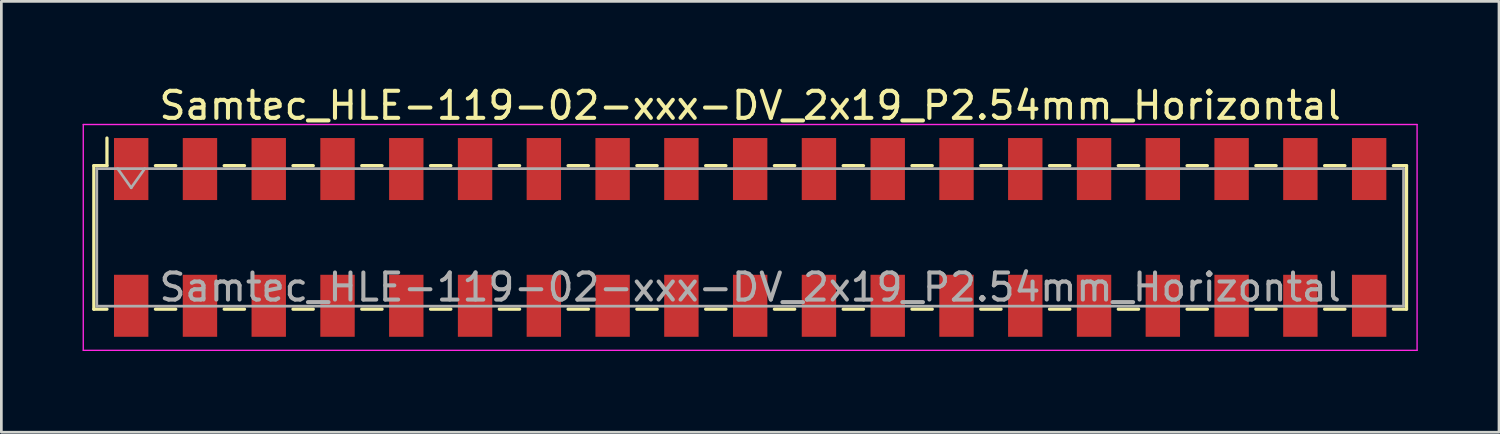
<source format=kicad_pcb>
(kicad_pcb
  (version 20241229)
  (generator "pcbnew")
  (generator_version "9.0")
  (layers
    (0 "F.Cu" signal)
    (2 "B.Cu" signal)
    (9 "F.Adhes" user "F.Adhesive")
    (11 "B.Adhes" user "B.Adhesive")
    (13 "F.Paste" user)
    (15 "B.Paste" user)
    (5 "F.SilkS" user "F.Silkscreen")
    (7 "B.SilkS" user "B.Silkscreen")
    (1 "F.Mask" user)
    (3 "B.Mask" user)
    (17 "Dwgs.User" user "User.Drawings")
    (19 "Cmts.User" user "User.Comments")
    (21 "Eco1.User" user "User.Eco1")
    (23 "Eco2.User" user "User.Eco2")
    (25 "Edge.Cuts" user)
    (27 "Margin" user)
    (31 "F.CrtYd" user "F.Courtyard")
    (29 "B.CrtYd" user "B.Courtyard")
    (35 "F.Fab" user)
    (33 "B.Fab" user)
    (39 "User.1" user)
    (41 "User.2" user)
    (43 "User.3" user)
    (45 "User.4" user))
  (footprint "Samtec_HLE-119-02-xxx-DV_2x19_P2.54mm_Horizontal"
    (layer "F.Cu")
    (at 24.655 5.718)
    (property "Reference" "Samtec_HLE-119-02-xxx-DV_2x19_P2.54mm_Horizontal" (at 0 -4.87 0) (layer "F.SilkS") (effects (font (size 1 1) (thickness 0.15))))
    (attr smd)
    (fp_line (start -24.24 -2.65) (end -24.24 2.65) (stroke (width 0.12) (type solid)) (layer "F.SilkS"))
    (fp_line (start -24.24 2.65) (end -23.755 2.65) (stroke (width 0.12) (type solid)) (layer "F.SilkS"))
    (fp_line (start -23.755 -3.67) (end -23.755 -2.65) (stroke (width 0.12) (type solid)) (layer "F.SilkS"))
    (fp_line (start -23.755 -2.65) (end -24.24 -2.65) (stroke (width 0.12) (type solid)) (layer "F.SilkS"))
    (fp_line (start -21.965 -2.65) (end -21.215 -2.65) (stroke (width 0.12) (type solid)) (layer "F.SilkS"))
    (fp_line (start -21.965 2.65) (end -21.215 2.65) (stroke (width 0.12) (type solid)) (layer "F.SilkS"))
    (fp_line (start -19.425 -2.65) (end -18.675 -2.65) (stroke (width 0.12) (type solid)) (layer "F.SilkS"))
    (fp_line (start -19.425 2.65) (end -18.675 2.65) (stroke (width 0.12) (type solid)) (layer "F.SilkS"))
    (fp_line (start -16.885 -2.65) (end -16.135 -2.65) (stroke (width 0.12) (type solid)) (layer "F.SilkS"))
    (fp_line (start -16.885 2.65) (end -16.135 2.65) (stroke (width 0.12) (type solid)) (layer "F.SilkS"))
    (fp_line (start -14.345 -2.65) (end -13.595 -2.65) (stroke (width 0.12) (type solid)) (layer "F.SilkS"))
    (fp_line (start -14.345 2.65) (end -13.595 2.65) (stroke (width 0.12) (type solid)) (layer "F.SilkS"))
    (fp_line (start -11.805 -2.65) (end -11.055 -2.65) (stroke (width 0.12) (type solid)) (layer "F.SilkS"))
    (fp_line (start -11.805 2.65) (end -11.055 2.65) (stroke (width 0.12) (type solid)) (layer "F.SilkS"))
    (fp_line (start -9.265 -2.65) (end -8.515 -2.65) (stroke (width 0.12) (type solid)) (layer "F.SilkS"))
    (fp_line (start -9.265 2.65) (end -8.515 2.65) (stroke (width 0.12) (type solid)) (layer "F.SilkS"))
    (fp_line (start -6.725 -2.65) (end -5.975 -2.65) (stroke (width 0.12) (type solid)) (layer "F.SilkS"))
    (fp_line (start -6.725 2.65) (end -5.975 2.65) (stroke (width 0.12) (type solid)) (layer "F.SilkS"))
    (fp_line (start -4.185 -2.65) (end -3.435 -2.65) (stroke (width 0.12) (type solid)) (layer "F.SilkS"))
    (fp_line (start -4.185 2.65) (end -3.435 2.65) (stroke (width 0.12) (type solid)) (layer "F.SilkS"))
    (fp_line (start -1.645 -2.65) (end -0.895 -2.65) (stroke (width 0.12) (type solid)) (layer "F.SilkS"))
    (fp_line (start -1.645 2.65) (end -0.895 2.65) (stroke (width 0.12) (type solid)) (layer "F.SilkS"))
    (fp_line (start 0.895 -2.65) (end 1.645 -2.65) (stroke (width 0.12) (type solid)) (layer "F.SilkS"))
    (fp_line (start 0.895 2.65) (end 1.645 2.65) (stroke (width 0.12) (type solid)) (layer "F.SilkS"))
    (fp_line (start 3.435 -2.65) (end 4.185 -2.65) (stroke (width 0.12) (type solid)) (layer "F.SilkS"))
    (fp_line (start 3.435 2.65) (end 4.185 2.65) (stroke (width 0.12) (type solid)) (layer "F.SilkS"))
    (fp_line (start 5.975 -2.65) (end 6.725 -2.65) (stroke (width 0.12) (type solid)) (layer "F.SilkS"))
    (fp_line (start 5.975 2.65) (end 6.725 2.65) (stroke (width 0.12) (type solid)) (layer "F.SilkS"))
    (fp_line (start 8.515 -2.65) (end 9.265 -2.65) (stroke (width 0.12) (type solid)) (layer "F.SilkS"))
    (fp_line (start 8.515 2.65) (end 9.265 2.65) (stroke (width 0.12) (type solid)) (layer "F.SilkS"))
    (fp_line (start 11.055 -2.65) (end 11.805 -2.65) (stroke (width 0.12) (type solid)) (layer "F.SilkS"))
    (fp_line (start 11.055 2.65) (end 11.805 2.65) (stroke (width 0.12) (type solid)) (layer "F.SilkS"))
    (fp_line (start 13.595 -2.65) (end 14.345 -2.65) (stroke (width 0.12) (type solid)) (layer "F.SilkS"))
    (fp_line (start 13.595 2.65) (end 14.345 2.65) (stroke (width 0.12) (type solid)) (layer "F.SilkS"))
    (fp_line (start 16.135 -2.65) (end 16.885 -2.65) (stroke (width 0.12) (type solid)) (layer "F.SilkS"))
    (fp_line (start 16.135 2.65) (end 16.885 2.65) (stroke (width 0.12) (type solid)) (layer "F.SilkS"))
    (fp_line (start 18.675 -2.65) (end 19.425 -2.65) (stroke (width 0.12) (type solid)) (layer "F.SilkS"))
    (fp_line (start 18.675 2.65) (end 19.425 2.65) (stroke (width 0.12) (type solid)) (layer "F.SilkS"))
    (fp_line (start 21.215 -2.65) (end 21.965 -2.65) (stroke (width 0.12) (type solid)) (layer "F.SilkS"))
    (fp_line (start 21.215 2.65) (end 21.965 2.65) (stroke (width 0.12) (type solid)) (layer "F.SilkS"))
    (fp_line (start 23.755 -2.65) (end 24.24 -2.65) (stroke (width 0.12) (type solid)) (layer "F.SilkS"))
    (fp_line (start 24.24 -2.65) (end 24.24 2.65) (stroke (width 0.12) (type solid)) (layer "F.SilkS"))
    (fp_line (start 24.24 2.65) (end 23.755 2.65) (stroke (width 0.12) (type solid)) (layer "F.SilkS"))
    (fp_line (start -24.63 -4.17) (end 24.63 -4.17) (stroke (width 0.05) (type solid)) (layer "F.CrtYd"))
    (fp_line (start -24.63 4.17) (end -24.63 -4.17) (stroke (width 0.05) (type solid)) (layer "F.CrtYd"))
    (fp_line (start 24.63 -4.17) (end 24.63 4.17) (stroke (width 0.05) (type solid)) (layer "F.CrtYd"))
    (fp_line (start 24.63 4.17) (end -24.63 4.17) (stroke (width 0.05) (type solid)) (layer "F.CrtYd"))
    (fp_line (start -24.13 -2.54) (end 24.13 -2.54) (stroke (width 0.1) (type solid)) (layer "F.Fab"))
    (fp_line (start -24.13 2.54) (end -24.13 -2.54) (stroke (width 0.1) (type solid)) (layer "F.Fab"))
    (fp_line (start -23.36 -2.54) (end -22.86 -1.833) (stroke (width 0.1) (type solid)) (layer "F.Fab"))
    (fp_line (start -22.86 -1.833) (end -22.36 -2.54) (stroke (width 0.1) (type solid)) (layer "F.Fab"))
    (fp_line (start 24.13 -2.54) (end 24.13 2.54) (stroke (width 0.1) (type solid)) (layer "F.Fab"))
    (fp_line (start 24.13 2.54) (end -24.13 2.54) (stroke (width 0.1) (type solid)) (layer "F.Fab"))
    (fp_text user "${REFERENCE}" (at 0 1.84 0) (layer "F.Fab") (effects (font (size 1 1) (thickness 0.15))))
    (pad "1" smd rect (at -22.86 -2.525) (size 1.27 2.29) (layers "F.Cu" "F.Mask" "F.Paste"))
    (pad "2" smd rect (at -22.86 2.525) (size 1.27 2.29) (layers "F.Cu" "F.Mask" "F.Paste"))
    (pad "3" smd rect (at -20.32 -2.525) (size 1.27 2.29) (layers "F.Cu" "F.Mask" "F.Paste"))
    (pad "4" smd rect (at -20.32 2.525) (size 1.27 2.29) (layers "F.Cu" "F.Mask" "F.Paste"))
    (pad "5" smd rect (at -17.78 -2.525) (size 1.27 2.29) (layers "F.Cu" "F.Mask" "F.Paste"))
    (pad "6" smd rect (at -17.78 2.525) (size 1.27 2.29) (layers "F.Cu" "F.Mask" "F.Paste"))
    (pad "7" smd rect (at -15.24 -2.525) (size 1.27 2.29) (layers "F.Cu" "F.Mask" "F.Paste"))
    (pad "8" smd rect (at -15.24 2.525) (size 1.27 2.29) (layers "F.Cu" "F.Mask" "F.Paste"))
    (pad "9" smd rect (at -12.7 -2.525) (size 1.27 2.29) (layers "F.Cu" "F.Mask" "F.Paste"))
    (pad "10" smd rect (at -12.7 2.525) (size 1.27 2.29) (layers "F.Cu" "F.Mask" "F.Paste"))
    (pad "11" smd rect (at -10.16 -2.525) (size 1.27 2.29) (layers "F.Cu" "F.Mask" "F.Paste"))
    (pad "12" smd rect (at -10.16 2.525) (size 1.27 2.29) (layers "F.Cu" "F.Mask" "F.Paste"))
    (pad "13" smd rect (at -7.62 -2.525) (size 1.27 2.29) (layers "F.Cu" "F.Mask" "F.Paste"))
    (pad "14" smd rect (at -7.62 2.525) (size 1.27 2.29) (layers "F.Cu" "F.Mask" "F.Paste"))
    (pad "15" smd rect (at -5.08 -2.525) (size 1.27 2.29) (layers "F.Cu" "F.Mask" "F.Paste"))
    (pad "16" smd rect (at -5.08 2.525) (size 1.27 2.29) (layers "F.Cu" "F.Mask" "F.Paste"))
    (pad "17" smd rect (at -2.54 -2.525) (size 1.27 2.29) (layers "F.Cu" "F.Mask" "F.Paste"))
    (pad "18" smd rect (at -2.54 2.525) (size 1.27 2.29) (layers "F.Cu" "F.Mask" "F.Paste"))
    (pad "19" smd rect (at 0 -2.525) (size 1.27 2.29) (layers "F.Cu" "F.Mask" "F.Paste"))
    (pad "20" smd rect (at 0 2.525) (size 1.27 2.29) (layers "F.Cu" "F.Mask" "F.Paste"))
    (pad "21" smd rect (at 2.54 -2.525) (size 1.27 2.29) (layers "F.Cu" "F.Mask" "F.Paste"))
    (pad "22" smd rect (at 2.54 2.525) (size 1.27 2.29) (layers "F.Cu" "F.Mask" "F.Paste"))
    (pad "23" smd rect (at 5.08 -2.525) (size 1.27 2.29) (layers "F.Cu" "F.Mask" "F.Paste"))
    (pad "24" smd rect (at 5.08 2.525) (size 1.27 2.29) (layers "F.Cu" "F.Mask" "F.Paste"))
    (pad "25" smd rect (at 7.62 -2.525) (size 1.27 2.29) (layers "F.Cu" "F.Mask" "F.Paste"))
    (pad "26" smd rect (at 7.62 2.525) (size 1.27 2.29) (layers "F.Cu" "F.Mask" "F.Paste"))
    (pad "27" smd rect (at 10.16 -2.525) (size 1.27 2.29) (layers "F.Cu" "F.Mask" "F.Paste"))
    (pad "28" smd rect (at 10.16 2.525) (size 1.27 2.29) (layers "F.Cu" "F.Mask" "F.Paste"))
    (pad "29" smd rect (at 12.7 -2.525) (size 1.27 2.29) (layers "F.Cu" "F.Mask" "F.Paste"))
    (pad "30" smd rect (at 12.7 2.525) (size 1.27 2.29) (layers "F.Cu" "F.Mask" "F.Paste"))
    (pad "31" smd rect (at 15.24 -2.525) (size 1.27 2.29) (layers "F.Cu" "F.Mask" "F.Paste"))
    (pad "32" smd rect (at 15.24 2.525) (size 1.27 2.29) (layers "F.Cu" "F.Mask" "F.Paste"))
    (pad "33" smd rect (at 17.78 -2.525) (size 1.27 2.29) (layers "F.Cu" "F.Mask" "F.Paste"))
    (pad "34" smd rect (at 17.78 2.525) (size 1.27 2.29) (layers "F.Cu" "F.Mask" "F.Paste"))
    (pad "35" smd rect (at 20.32 -2.525) (size 1.27 2.29) (layers "F.Cu" "F.Mask" "F.Paste"))
    (pad "36" smd rect (at 20.32 2.525) (size 1.27 2.29) (layers "F.Cu" "F.Mask" "F.Paste"))
    (pad "37" smd rect (at 22.86 -2.525) (size 1.27 2.29) (layers "F.Cu" "F.Mask" "F.Paste"))
    (pad "38" smd rect (at 22.86 2.525) (size 1.27 2.29) (layers "F.Cu" "F.Mask" "F.Paste")))
  (gr_rect
    (start -3 -3)
    (end 52.31 12.913)
    (stroke (width 0.1) (type default))
    (fill no)
    (layer "Edge.Cuts")))
</source>
